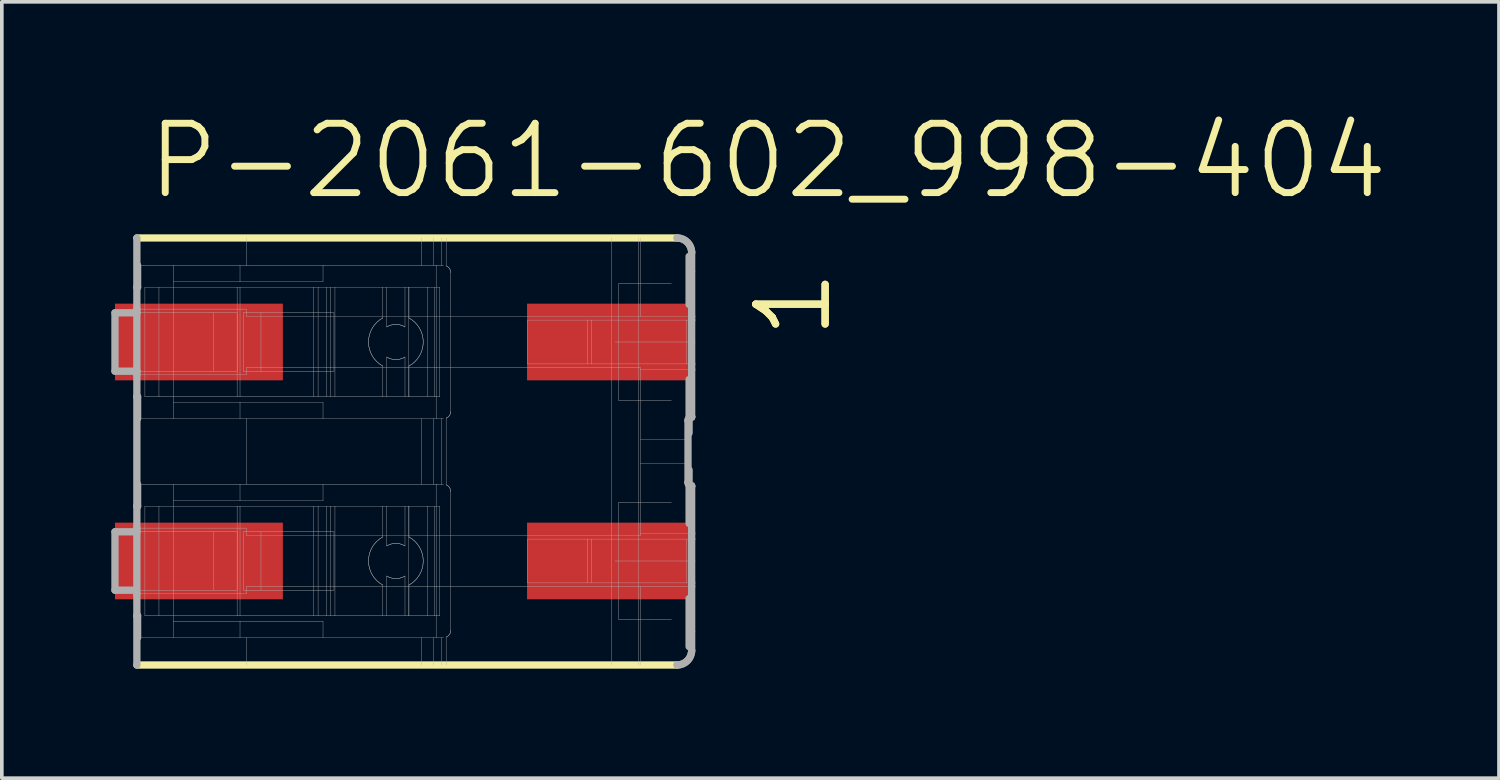
<source format=kicad_pcb>
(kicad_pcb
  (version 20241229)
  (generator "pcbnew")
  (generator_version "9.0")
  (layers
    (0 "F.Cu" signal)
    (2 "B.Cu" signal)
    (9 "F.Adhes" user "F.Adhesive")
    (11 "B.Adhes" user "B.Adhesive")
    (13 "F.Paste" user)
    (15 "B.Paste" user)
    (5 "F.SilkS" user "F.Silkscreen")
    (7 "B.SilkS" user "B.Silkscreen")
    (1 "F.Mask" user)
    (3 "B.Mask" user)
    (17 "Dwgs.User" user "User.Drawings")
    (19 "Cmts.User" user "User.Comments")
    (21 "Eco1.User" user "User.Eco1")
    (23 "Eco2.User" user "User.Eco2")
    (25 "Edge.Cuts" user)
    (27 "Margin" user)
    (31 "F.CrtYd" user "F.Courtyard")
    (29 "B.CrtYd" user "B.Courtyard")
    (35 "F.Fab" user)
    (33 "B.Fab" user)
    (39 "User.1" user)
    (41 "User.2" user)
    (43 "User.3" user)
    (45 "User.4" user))
  (footprint "P-2061-602_998-404"
    (layer "F.Cu")
    (at 8.05 9.32)
    (property "Reference" "P-2061-602_998-404" (at -7.15 -6.85 0) (layer "F.SilkS") (effects (font (size 1.9 1.9) (thickness 0.19)) (justify left bottom)))
    (attr through_hole)
    (fp_line (start 7.445 -5.85) (end -7.35 -5.85) (stroke (width 0.2) (type solid)) (layer "F.SilkS"))
    (fp_line (start 7.445 5.85) (end -7.35 5.85) (stroke (width 0.2) (type solid)) (layer "F.SilkS"))
    (fp_line (start -7.95 -3.8) (end -7.35 -3.8) (stroke (width 0.2) (type solid)) (layer "F.Fab"))
    (fp_line (start -7.95 -2.2) (end -7.95 -3.8) (stroke (width 0.2) (type solid)) (layer "F.Fab"))
    (fp_line (start -7.95 -2.2) (end -7.35 -2.2) (stroke (width 0.2) (type solid)) (layer "F.Fab"))
    (fp_line (start -7.95 2.2) (end -7.35 2.2) (stroke (width 0.2) (type solid)) (layer "F.Fab"))
    (fp_line (start -7.95 3.8) (end -7.95 2.2) (stroke (width 0.2) (type solid)) (layer "F.Fab"))
    (fp_line (start -7.95 3.8) (end -7.4 3.8) (stroke (width 0.2) (type solid)) (layer "F.Fab"))
    (fp_line (start -7.4 3.8) (end -5.25 3.8) (stroke (width 0.01) (type solid)) (layer "F.Fab"))
    (fp_line (start -7.35 -4.5) (end -7.35 -5.85) (stroke (width 0.2) (type solid)) (layer "F.Fab"))
    (fp_line (start -7.35 -3.9) (end -7.35 -4.5) (stroke (width 0.2) (type solid)) (layer "F.Fab"))
    (fp_line (start -7.35 -3.8) (end -7.35 -3.9) (stroke (width 0.2) (type solid)) (layer "F.Fab"))
    (fp_line (start -7.35 -3.8) (end -5.25 -3.8) (stroke (width 0.01) (type solid)) (layer "F.Fab"))
    (fp_line (start -7.35 -2.2) (end -7.35 -3.8) (stroke (width 0.2) (type solid)) (layer "F.Fab"))
    (fp_line (start -7.35 -2.2) (end -5.25 -2.2) (stroke (width 0.01) (type solid)) (layer "F.Fab"))
    (fp_line (start -7.35 -2.1) (end -7.35 -2.2) (stroke (width 0.2) (type solid)) (layer "F.Fab"))
    (fp_line (start -7.35 -1.5) (end -7.35 -2.1) (stroke (width 0.2) (type solid)) (layer "F.Fab"))
    (fp_line (start -7.35 1.5) (end -7.35 -1.5) (stroke (width 0.2) (type solid)) (layer "F.Fab"))
    (fp_line (start -7.35 2.1) (end -7.35 1.5) (stroke (width 0.2) (type solid)) (layer "F.Fab"))
    (fp_line (start -7.35 2.2) (end -7.35 2.1) (stroke (width 0.2) (type solid)) (layer "F.Fab"))
    (fp_line (start -7.35 2.2) (end -5.25 2.2) (stroke (width 0.01) (type solid)) (layer "F.Fab"))
    (fp_line (start -7.35 3.9) (end -7.35 2.2) (stroke (width 0.2) (type solid)) (layer "F.Fab"))
    (fp_line (start -7.35 4.5) (end -7.35 3.9) (stroke (width 0.2) (type solid)) (layer "F.Fab"))
    (fp_line (start -7.35 5.85) (end -7.35 4.5) (stroke (width 0.2) (type solid)) (layer "F.Fab"))
    (fp_line (start -7.33 -5.1) (end -7.33 -4.5) (stroke (width 0.2) (type solid)) (layer "F.Fab"))
    (fp_line (start -7.33 -4.5) (end -7.35 -4.5) (stroke (width 0.2) (type solid)) (layer "F.Fab"))
    (fp_line (start -7.33 -1.5) (end -7.35 -1.5) (stroke (width 0.2) (type solid)) (layer "F.Fab"))
    (fp_line (start -7.33 -1.5) (end -7.33 -0.9) (stroke (width 0.2) (type solid)) (layer "F.Fab"))
    (fp_line (start -7.33 -0.9) (end -6.35 -0.9) (stroke (width 0.01) (type solid)) (layer "F.Fab"))
    (fp_line (start -7.33 0.9) (end -7.33 1.5) (stroke (width 0.2) (type solid)) (layer "F.Fab"))
    (fp_line (start -7.33 1.5) (end -7.35 1.5) (stroke (width 0.2) (type solid)) (layer "F.Fab"))
    (fp_line (start -7.33 4.5) (end -7.35 4.5) (stroke (width 0.2) (type solid)) (layer "F.Fab"))
    (fp_line (start -7.33 4.5) (end -7.33 5.1) (stroke (width 0.2) (type solid)) (layer "F.Fab"))
    (fp_line (start -7.33 5.1) (end -6.35 5.1) (stroke (width 0.01) (type solid)) (layer "F.Fab"))
    (fp_line (start -7.13 -1.5) (end -7.13 -4.5) (stroke (width 0.01) (type solid)) (layer "F.Fab"))
    (fp_line (start -7.13 4.5) (end -7.13 1.5) (stroke (width 0.01) (type solid)) (layer "F.Fab"))
    (fp_line (start -6.745 -4.5) (end -7.13 -4.5) (stroke (width 0.01) (type solid)) (layer "F.Fab"))
    (fp_line (start -6.745 -1.5) (end -7.13 -1.5) (stroke (width 0.01) (type solid)) (layer "F.Fab"))
    (fp_line (start -6.745 -1.5) (end -6.745 -4.5) (stroke (width 0.01) (type solid)) (layer "F.Fab"))
    (fp_line (start -6.745 1.5) (end -7.13 1.5) (stroke (width 0.01) (type solid)) (layer "F.Fab"))
    (fp_line (start -6.745 4.5) (end -7.13 4.5) (stroke (width 0.01) (type solid)) (layer "F.Fab"))
    (fp_line (start -6.745 4.5) (end -6.745 1.5) (stroke (width 0.01) (type solid)) (layer "F.Fab"))
    (fp_line (start -6.35 -5.1) (end -7.33 -5.1) (stroke (width 0.01) (type solid)) (layer "F.Fab"))
    (fp_line (start -6.35 -4.65) (end -6.35 -5.1) (stroke (width 0.01) (type solid)) (layer "F.Fab"))
    (fp_line (start -6.35 -1.35) (end -6.35 -4.65) (stroke (width 0.01) (type solid)) (layer "F.Fab"))
    (fp_line (start -6.35 -0.9) (end -6.35 -1.35) (stroke (width 0.01) (type solid)) (layer "F.Fab"))
    (fp_line (start -6.35 -0.9) (end -4.524 -0.9) (stroke (width 0.01) (type solid)) (layer "F.Fab"))
    (fp_line (start -6.35 0.9) (end -7.33 0.9) (stroke (width 0.01) (type solid)) (layer "F.Fab"))
    (fp_line (start -6.35 1.35) (end -6.35 0.9) (stroke (width 0.01) (type solid)) (layer "F.Fab"))
    (fp_line (start -6.35 4.65) (end -6.35 1.35) (stroke (width 0.01) (type solid)) (layer "F.Fab"))
    (fp_line (start -6.35 5.1) (end -6.35 4.65) (stroke (width 0.01) (type solid)) (layer "F.Fab"))
    (fp_line (start -6.35 5.1) (end -4.524 5.1) (stroke (width 0.01) (type solid)) (layer "F.Fab"))
    (fp_line (start -5.25 -3.8) (end -4.602 -3.8) (stroke (width 0.01) (type solid)) (layer "F.Fab"))
    (fp_line (start -5.25 -2.2) (end -5.25 -3.8) (stroke (width 0.01) (type solid)) (layer "F.Fab"))
    (fp_line (start -5.25 -2.2) (end -4.602 -2.2) (stroke (width 0.01) (type solid)) (layer "F.Fab"))
    (fp_line (start -5.25 2.2) (end -4.602 2.2) (stroke (width 0.01) (type solid)) (layer "F.Fab"))
    (fp_line (start -5.25 3.8) (end -5.25 2.2) (stroke (width 0.01) (type solid)) (layer "F.Fab"))
    (fp_line (start -5.25 3.8) (end -4.602 3.8) (stroke (width 0.01) (type solid)) (layer "F.Fab"))
    (fp_line (start -4.603 -4.5) (end -6.745 -4.5) (stroke (width 0.01) (type solid)) (layer "F.Fab"))
    (fp_line (start -4.603 -1.5) (end -6.745 -1.5) (stroke (width 0.01) (type solid)) (layer "F.Fab"))
    (fp_line (start -4.603 -1.5) (end -4.603 -4.5) (stroke (width 0.01) (type solid)) (layer "F.Fab"))
    (fp_line (start -4.603 1.5) (end -6.745 1.5) (stroke (width 0.01) (type solid)) (layer "F.Fab"))
    (fp_line (start -4.603 4.5) (end -6.745 4.5) (stroke (width 0.01) (type solid)) (layer "F.Fab"))
    (fp_line (start -4.603 4.5) (end -4.603 1.5) (stroke (width 0.01) (type solid)) (layer "F.Fab"))
    (fp_line (start -4.602 -3.8) (end -4.602 -2.2) (stroke (width 0.01) (type solid)) (layer "F.Fab"))
    (fp_line (start -4.602 2.2) (end -4.602 3.8) (stroke (width 0.01) (type solid)) (layer "F.Fab"))
    (fp_line (start -4.524 -5.1) (end -6.35 -5.1) (stroke (width 0.01) (type solid)) (layer "F.Fab"))
    (fp_line (start -4.524 -4.65) (end -6.35 -4.65) (stroke (width 0.01) (type solid)) (layer "F.Fab"))
    (fp_line (start -4.524 -4.65) (end -4.524 -5.1) (stroke (width 0.01) (type solid)) (layer "F.Fab"))
    (fp_line (start -4.524 -4.5) (end -4.603 -4.5) (stroke (width 0.01) (type solid)) (layer "F.Fab"))
    (fp_line (start -4.524 -1.5) (end -4.603 -1.5) (stroke (width 0.01) (type solid)) (layer "F.Fab"))
    (fp_line (start -4.524 -1.5) (end -4.524 -4.5) (stroke (width 0.01) (type solid)) (layer "F.Fab"))
    (fp_line (start -4.524 -1.35) (end -6.35 -1.35) (stroke (width 0.01) (type solid)) (layer "F.Fab"))
    (fp_line (start -4.524 -1.35) (end -4.524 -0.9) (stroke (width 0.01) (type solid)) (layer "F.Fab"))
    (fp_line (start -4.524 -0.9) (end -4.35 -0.9) (stroke (width 0.01) (type solid)) (layer "F.Fab"))
    (fp_line (start -4.524 0.9) (end -6.35 0.9) (stroke (width 0.01) (type solid)) (layer "F.Fab"))
    (fp_line (start -4.524 1.35) (end -6.35 1.35) (stroke (width 0.01) (type solid)) (layer "F.Fab"))
    (fp_line (start -4.524 1.35) (end -4.524 0.9) (stroke (width 0.01) (type solid)) (layer "F.Fab"))
    (fp_line (start -4.524 1.5) (end -4.603 1.5) (stroke (width 0.01) (type solid)) (layer "F.Fab"))
    (fp_line (start -4.524 4.5) (end -4.603 4.5) (stroke (width 0.01) (type solid)) (layer "F.Fab"))
    (fp_line (start -4.524 4.5) (end -4.524 1.5) (stroke (width 0.01) (type solid)) (layer "F.Fab"))
    (fp_line (start -4.524 4.65) (end -6.35 4.65) (stroke (width 0.01) (type solid)) (layer "F.Fab"))
    (fp_line (start -4.524 4.65) (end -4.524 5.1) (stroke (width 0.01) (type solid)) (layer "F.Fab"))
    (fp_line (start -4.524 5.1) (end -4.35 5.1) (stroke (width 0.01) (type solid)) (layer "F.Fab"))
    (fp_line (start -4.432 -2.2) (end -4.432 -3.8) (stroke (width 0.01) (type solid)) (layer "F.Fab"))
    (fp_line (start -4.432 3.8) (end -4.432 2.2) (stroke (width 0.01) (type solid)) (layer "F.Fab"))
    (fp_line (start -4.35 -5.1) (end -4.524 -5.1) (stroke (width 0.01) (type solid)) (layer "F.Fab"))
    (fp_line (start -4.35 -5.1) (end -4.35 -5.85) (stroke (width 0.01) (type solid)) (layer "F.Fab"))
    (fp_line (start -4.35 -3.9) (end -7.35 -3.9) (stroke (width 0.01) (type solid)) (layer "F.Fab"))
    (fp_line (start -4.35 -3.7) (end -4.35 -3.9) (stroke (width 0.01) (type solid)) (layer "F.Fab"))
    (fp_line (start -4.35 -3.7) (end 6.45 -3.7) (stroke (width 0.01) (type solid)) (layer "F.Fab"))
    (fp_line (start -4.35 -2.3) (end 6.45 -2.3) (stroke (width 0.01) (type solid)) (layer "F.Fab"))
    (fp_line (start -4.35 -2.1) (end -7.35 -2.1) (stroke (width 0.01) (type solid)) (layer "F.Fab"))
    (fp_line (start -4.35 -2.1) (end -4.35 -2.3) (stroke (width 0.01) (type solid)) (layer "F.Fab"))
    (fp_line (start -4.35 -0.9) (end -2.25 -0.9) (stroke (width 0.01) (type solid)) (layer "F.Fab"))
    (fp_line (start -4.35 0.9) (end -4.524 0.9) (stroke (width 0.01) (type solid)) (layer "F.Fab"))
    (fp_line (start -4.35 0.9) (end -4.35 -0.9) (stroke (width 0.01) (type solid)) (layer "F.Fab"))
    (fp_line (start -4.35 2.1) (end -7.35 2.1) (stroke (width 0.01) (type solid)) (layer "F.Fab"))
    (fp_line (start -4.35 2.3) (end -4.35 2.1) (stroke (width 0.01) (type solid)) (layer "F.Fab"))
    (fp_line (start -4.35 2.3) (end 6.45 2.3) (stroke (width 0.01) (type solid)) (layer "F.Fab"))
    (fp_line (start -4.35 3.7) (end 6.45 3.7) (stroke (width 0.01) (type solid)) (layer "F.Fab"))
    (fp_line (start -4.35 3.9) (end -7.35 3.9) (stroke (width 0.01) (type solid)) (layer "F.Fab"))
    (fp_line (start -4.35 3.9) (end -4.35 3.7) (stroke (width 0.01) (type solid)) (layer "F.Fab"))
    (fp_line (start -4.35 5.1) (end -2.25 5.1) (stroke (width 0.01) (type solid)) (layer "F.Fab"))
    (fp_line (start -4.35 5.85) (end -4.35 5.1) (stroke (width 0.01) (type solid)) (layer "F.Fab"))
    (fp_line (start -3.95 -3.8) (end -4.432 -3.8) (stroke (width 0.01) (type solid)) (layer "F.Fab"))
    (fp_line (start -3.95 -2.2) (end -4.432 -2.2) (stroke (width 0.01) (type solid)) (layer "F.Fab"))
    (fp_line (start -3.95 -2.2) (end -3.95 -3.8) (stroke (width 0.01) (type solid)) (layer "F.Fab"))
    (fp_line (start -3.95 2.2) (end -4.432 2.2) (stroke (width 0.01) (type solid)) (layer "F.Fab"))
    (fp_line (start -3.95 3.8) (end -4.432 3.8) (stroke (width 0.01) (type solid)) (layer "F.Fab"))
    (fp_line (start -3.95 3.8) (end -3.95 2.2) (stroke (width 0.01) (type solid)) (layer "F.Fab"))
    (fp_line (start -2.507 -4.5) (end -4.524 -4.5) (stroke (width 0.01) (type solid)) (layer "F.Fab"))
    (fp_line (start -2.507 -1.5) (end -4.524 -1.5) (stroke (width 0.01) (type solid)) (layer "F.Fab"))
    (fp_line (start -2.507 -1.5) (end -2.507 -4.5) (stroke (width 0.01) (type solid)) (layer "F.Fab"))
    (fp_line (start -2.507 1.5) (end -4.524 1.5) (stroke (width 0.01) (type solid)) (layer "F.Fab"))
    (fp_line (start -2.507 4.5) (end -4.524 4.5) (stroke (width 0.01) (type solid)) (layer "F.Fab"))
    (fp_line (start -2.507 4.5) (end -2.507 1.5) (stroke (width 0.01) (type solid)) (layer "F.Fab"))
    (fp_line (start -2.385 -4.5) (end -2.507 -4.5) (stroke (width 0.01) (type solid)) (layer "F.Fab"))
    (fp_line (start -2.385 -1.5) (end -2.507 -1.5) (stroke (width 0.01) (type solid)) (layer "F.Fab"))
    (fp_line (start -2.385 -1.5) (end -2.385 -4.5) (stroke (width 0.01) (type solid)) (layer "F.Fab"))
    (fp_line (start -2.385 1.5) (end -2.507 1.5) (stroke (width 0.01) (type solid)) (layer "F.Fab"))
    (fp_line (start -2.385 4.5) (end -2.507 4.5) (stroke (width 0.01) (type solid)) (layer "F.Fab"))
    (fp_line (start -2.385 4.5) (end -2.385 1.5) (stroke (width 0.01) (type solid)) (layer "F.Fab"))
    (fp_line (start -2.25 -5.1) (end -4.35 -5.1) (stroke (width 0.01) (type solid)) (layer "F.Fab"))
    (fp_line (start -2.25 -4.65) (end -4.524 -4.65) (stroke (width 0.01) (type solid)) (layer "F.Fab"))
    (fp_line (start -2.25 -4.65) (end -2.25 -5.1) (stroke (width 0.01) (type solid)) (layer "F.Fab"))
    (fp_line (start -2.25 -1.35) (end -4.524 -1.35) (stroke (width 0.01) (type solid)) (layer "F.Fab"))
    (fp_line (start -2.25 -1.35) (end -2.25 -0.9) (stroke (width 0.01) (type solid)) (layer "F.Fab"))
    (fp_line (start -2.25 -0.9) (end 0.457 -0.9) (stroke (width 0.01) (type solid)) (layer "F.Fab"))
    (fp_line (start -2.25 0.9) (end -4.35 0.9) (stroke (width 0.01) (type solid)) (layer "F.Fab"))
    (fp_line (start -2.25 1.35) (end -4.524 1.35) (stroke (width 0.01) (type solid)) (layer "F.Fab"))
    (fp_line (start -2.25 1.35) (end -2.25 0.9) (stroke (width 0.01) (type solid)) (layer "F.Fab"))
    (fp_line (start -2.25 4.65) (end -4.524 4.65) (stroke (width 0.01) (type solid)) (layer "F.Fab"))
    (fp_line (start -2.25 4.65) (end -2.25 5.1) (stroke (width 0.01) (type solid)) (layer "F.Fab"))
    (fp_line (start -2.25 5.1) (end 0.457 5.1) (stroke (width 0.01) (type solid)) (layer "F.Fab"))
    (fp_line (start -2.154 -4.5) (end -2.385 -4.5) (stroke (width 0.01) (type solid)) (layer "F.Fab"))
    (fp_line (start -2.154 -1.5) (end -2.385 -1.5) (stroke (width 0.01) (type solid)) (layer "F.Fab"))
    (fp_line (start -2.154 -1.5) (end -2.154 -4.5) (stroke (width 0.01) (type solid)) (layer "F.Fab"))
    (fp_line (start -2.154 1.5) (end -2.385 1.5) (stroke (width 0.01) (type solid)) (layer "F.Fab"))
    (fp_line (start -2.154 4.5) (end -2.385 4.5) (stroke (width 0.01) (type solid)) (layer "F.Fab"))
    (fp_line (start -2.154 4.5) (end -2.154 1.5) (stroke (width 0.01) (type solid)) (layer "F.Fab"))
    (fp_line (start -2.038 -4.5) (end -2.154 -4.5) (stroke (width 0.01) (type solid)) (layer "F.Fab"))
    (fp_line (start -2.038 -1.5) (end -2.154 -1.5) (stroke (width 0.01) (type solid)) (layer "F.Fab"))
    (fp_line (start -2.038 -1.5) (end -2.038 -4.5) (stroke (width 0.01) (type solid)) (layer "F.Fab"))
    (fp_line (start -2.038 1.5) (end -2.154 1.5) (stroke (width 0.01) (type solid)) (layer "F.Fab"))
    (fp_line (start -2.038 4.5) (end -2.154 4.5) (stroke (width 0.01) (type solid)) (layer "F.Fab"))
    (fp_line (start -2.038 4.5) (end -2.038 1.5) (stroke (width 0.01) (type solid)) (layer "F.Fab"))
    (fp_line (start -1.95 -3.8) (end -3.95 -3.8) (stroke (width 0.01) (type solid)) (layer "F.Fab"))
    (fp_line (start -1.95 -2.2) (end -3.95 -2.2) (stroke (width 0.01) (type solid)) (layer "F.Fab"))
    (fp_line (start -1.95 -2.2) (end -1.95 -3.8) (stroke (width 0.01) (type solid)) (layer "F.Fab"))
    (fp_line (start -1.95 2.2) (end -3.95 2.2) (stroke (width 0.01) (type solid)) (layer "F.Fab"))
    (fp_line (start -1.95 3.8) (end -3.95 3.8) (stroke (width 0.01) (type solid)) (layer "F.Fab"))
    (fp_line (start -1.95 3.8) (end -1.95 2.2) (stroke (width 0.01) (type solid)) (layer "F.Fab"))
    (fp_line (start -1.923 -4.5) (end -2.038 -4.5) (stroke (width 0.01) (type solid)) (layer "F.Fab"))
    (fp_line (start -1.923 -1.5) (end -2.038 -1.5) (stroke (width 0.01) (type solid)) (layer "F.Fab"))
    (fp_line (start -1.923 -1.5) (end -1.923 -4.5) (stroke (width 0.01) (type solid)) (layer "F.Fab"))
    (fp_line (start -1.923 1.5) (end -2.038 1.5) (stroke (width 0.01) (type solid)) (layer "F.Fab"))
    (fp_line (start -1.923 4.5) (end -2.038 4.5) (stroke (width 0.01) (type solid)) (layer "F.Fab"))
    (fp_line (start -1.923 4.5) (end -1.923 1.5) (stroke (width 0.01) (type solid)) (layer "F.Fab"))
    (fp_line (start -0.613 -4.5) (end -1.923 -4.5) (stroke (width 0.01) (type solid)) (layer "F.Fab"))
    (fp_line (start -0.613 -3.658) (end -0.613 -4.5) (stroke (width 0.01) (type solid)) (layer "F.Fab"))
    (fp_line (start -0.613 -1.5) (end -1.923 -1.5) (stroke (width 0.01) (type solid)) (layer "F.Fab"))
    (fp_line (start -0.613 -1.5) (end -0.613 -2.342) (stroke (width 0.01) (type solid)) (layer "F.Fab"))
    (fp_line (start -0.613 1.5) (end -1.923 1.5) (stroke (width 0.01) (type solid)) (layer "F.Fab"))
    (fp_line (start -0.613 2.342) (end -0.613 1.5) (stroke (width 0.01) (type solid)) (layer "F.Fab"))
    (fp_line (start -0.613 4.5) (end -1.923 4.5) (stroke (width 0.01) (type solid)) (layer "F.Fab"))
    (fp_line (start -0.613 4.5) (end -0.613 3.658) (stroke (width 0.01) (type solid)) (layer "F.Fab"))
    (fp_line (start -0.504 -4.5) (end -0.613 -4.5) (stroke (width 0.01) (type solid)) (layer "F.Fab"))
    (fp_line (start -0.504 -3.412) (end -0.504 -4.5) (stroke (width 0.01) (type solid)) (layer "F.Fab"))
    (fp_line (start -0.504 -1.5) (end -0.613 -1.5) (stroke (width 0.01) (type solid)) (layer "F.Fab"))
    (fp_line (start -0.504 -1.5) (end -0.504 -2.588) (stroke (width 0.01) (type solid)) (layer "F.Fab"))
    (fp_line (start -0.504 1.5) (end -0.613 1.5) (stroke (width 0.01) (type solid)) (layer "F.Fab"))
    (fp_line (start -0.504 2.588) (end -0.504 1.5) (stroke (width 0.01) (type solid)) (layer "F.Fab"))
    (fp_line (start -0.504 4.5) (end -0.613 4.5) (stroke (width 0.01) (type solid)) (layer "F.Fab"))
    (fp_line (start -0.504 4.5) (end -0.504 3.412) (stroke (width 0.01) (type solid)) (layer "F.Fab"))
    (fp_line (start -0.004 -4.5) (end -0.504 -4.5) (stroke (width 0.01) (type solid)) (layer "F.Fab"))
    (fp_line (start -0.004 -3.412) (end -0.004 -4.5) (stroke (width 0.01) (type solid)) (layer "F.Fab"))
    (fp_line (start -0.004 -1.5) (end -0.504 -1.5) (stroke (width 0.01) (type solid)) (layer "F.Fab"))
    (fp_line (start -0.004 -1.5) (end -0.004 -2.588) (stroke (width 0.01) (type solid)) (layer "F.Fab"))
    (fp_line (start -0.004 1.5) (end -0.504 1.5) (stroke (width 0.01) (type solid)) (layer "F.Fab"))
    (fp_line (start -0.004 2.588) (end -0.004 1.5) (stroke (width 0.01) (type solid)) (layer "F.Fab"))
    (fp_line (start -0.004 4.5) (end -0.504 4.5) (stroke (width 0.01) (type solid)) (layer "F.Fab"))
    (fp_line (start -0.004 4.5) (end -0.004 3.412) (stroke (width 0.01) (type solid)) (layer "F.Fab"))
    (fp_line (start 0.101 -4.5) (end -0.004 -4.5) (stroke (width 0.01) (type solid)) (layer "F.Fab"))
    (fp_line (start 0.101 -1.5) (end -0.004 -1.5) (stroke (width 0.01) (type solid)) (layer "F.Fab"))
    (fp_line (start 0.101 -1.5) (end 0.101 -4.5) (stroke (width 0.01) (type solid)) (layer "F.Fab"))
    (fp_line (start 0.101 1.5) (end -0.004 1.5) (stroke (width 0.01) (type solid)) (layer "F.Fab"))
    (fp_line (start 0.101 4.5) (end -0.004 4.5) (stroke (width 0.01) (type solid)) (layer "F.Fab"))
    (fp_line (start 0.101 4.5) (end 0.101 1.5) (stroke (width 0.01) (type solid)) (layer "F.Fab"))
    (fp_line (start 0.105 -4.5) (end 0.101 -4.5) (stroke (width 0.01) (type solid)) (layer "F.Fab"))
    (fp_line (start 0.105 -3.658) (end 0.105 -4.5) (stroke (width 0.01) (type solid)) (layer "F.Fab"))
    (fp_line (start 0.105 -1.5) (end 0.101 -1.5) (stroke (width 0.01) (type solid)) (layer "F.Fab"))
    (fp_line (start 0.105 -1.5) (end 0.105 -2.342) (stroke (width 0.01) (type solid)) (layer "F.Fab"))
    (fp_line (start 0.105 1.5) (end 0.101 1.5) (stroke (width 0.01) (type solid)) (layer "F.Fab"))
    (fp_line (start 0.105 2.342) (end 0.105 1.5) (stroke (width 0.01) (type solid)) (layer "F.Fab"))
    (fp_line (start 0.105 4.5) (end 0.101 4.5) (stroke (width 0.01) (type solid)) (layer "F.Fab"))
    (fp_line (start 0.105 4.5) (end 0.105 3.658) (stroke (width 0.01) (type solid)) (layer "F.Fab"))
    (fp_line (start 0.457 -5.1) (end -2.25 -5.1) (stroke (width 0.01) (type solid)) (layer "F.Fab"))
    (fp_line (start 0.457 -5.1) (end 0.457 -5.85) (stroke (width 0.01) (type solid)) (layer "F.Fab"))
    (fp_line (start 0.457 -0.9) (end 0.782 -0.9) (stroke (width 0.01) (type solid)) (layer "F.Fab"))
    (fp_line (start 0.457 0.9) (end -2.25 0.9) (stroke (width 0.01) (type solid)) (layer "F.Fab"))
    (fp_line (start 0.457 0.9) (end 0.457 -0.9) (stroke (width 0.01) (type solid)) (layer "F.Fab"))
    (fp_line (start 0.457 5.1) (end 0.782 5.1) (stroke (width 0.01) (type solid)) (layer "F.Fab"))
    (fp_line (start 0.457 5.85) (end 0.457 5.1) (stroke (width 0.01) (type solid)) (layer "F.Fab"))
    (fp_line (start 0.605 -4.5) (end 0.105 -4.5) (stroke (width 0.01) (type solid)) (layer "F.Fab"))
    (fp_line (start 0.605 -1.5) (end 0.105 -1.5) (stroke (width 0.01) (type solid)) (layer "F.Fab"))
    (fp_line (start 0.605 -1.5) (end 0.605 -4.5) (stroke (width 0.01) (type solid)) (layer "F.Fab"))
    (fp_line (start 0.605 1.5) (end 0.105 1.5) (stroke (width 0.01) (type solid)) (layer "F.Fab"))
    (fp_line (start 0.605 4.5) (end 0.105 4.5) (stroke (width 0.01) (type solid)) (layer "F.Fab"))
    (fp_line (start 0.605 4.5) (end 0.605 1.5) (stroke (width 0.01) (type solid)) (layer "F.Fab"))
    (fp_line (start 0.782 -5.1) (end 0.457 -5.1) (stroke (width 0.01) (type solid)) (layer "F.Fab"))
    (fp_line (start 0.782 -5.1) (end 0.782 -5.85) (stroke (width 0.01) (type solid)) (layer "F.Fab"))
    (fp_line (start 0.782 -0.9) (end 0.85 -0.9) (stroke (width 0.01) (type solid)) (layer "F.Fab"))
    (fp_line (start 0.782 0.9) (end 0.457 0.9) (stroke (width 0.01) (type solid)) (layer "F.Fab"))
    (fp_line (start 0.782 0.9) (end 0.782 -0.9) (stroke (width 0.01) (type solid)) (layer "F.Fab"))
    (fp_line (start 0.782 5.1) (end 0.85 5.1) (stroke (width 0.01) (type solid)) (layer "F.Fab"))
    (fp_line (start 0.782 5.85) (end 0.782 5.1) (stroke (width 0.01) (type solid)) (layer "F.Fab"))
    (fp_line (start 0.802 -4.5) (end 0.605 -4.5) (stroke (width 0.01) (type solid)) (layer "F.Fab"))
    (fp_line (start 0.802 -1.5) (end 0.605 -1.5) (stroke (width 0.01) (type solid)) (layer "F.Fab"))
    (fp_line (start 0.802 -1.5) (end 0.802 -4.5) (stroke (width 0.01) (type solid)) (layer "F.Fab"))
    (fp_line (start 0.802 1.5) (end 0.605 1.5) (stroke (width 0.01) (type solid)) (layer "F.Fab"))
    (fp_line (start 0.802 4.5) (end 0.605 4.5) (stroke (width 0.01) (type solid)) (layer "F.Fab"))
    (fp_line (start 0.802 4.5) (end 0.802 1.5) (stroke (width 0.01) (type solid)) (layer "F.Fab"))
    (fp_line (start 0.85 -5.1) (end 0.782 -5.1) (stroke (width 0.01) (type solid)) (layer "F.Fab"))
    (fp_line (start 0.85 -0.9) (end 0.85 -5.1) (stroke (width 0.01) (type solid)) (layer "F.Fab"))
    (fp_line (start 0.85 -0.9) (end 0.994 -0.9) (stroke (width 0.01) (type solid)) (layer "F.Fab"))
    (fp_line (start 0.85 0.9) (end 0.782 0.9) (stroke (width 0.01) (type solid)) (layer "F.Fab"))
    (fp_line (start 0.85 5.1) (end 0.85 0.9) (stroke (width 0.01) (type solid)) (layer "F.Fab"))
    (fp_line (start 0.85 5.1) (end 0.994 5.1) (stroke (width 0.01) (type solid)) (layer "F.Fab"))
    (fp_line (start 0.95 -4.5) (end 0.802 -4.5) (stroke (width 0.01) (type solid)) (layer "F.Fab"))
    (fp_line (start 0.95 -1.5) (end 0.802 -1.5) (stroke (width 0.01) (type solid)) (layer "F.Fab"))
    (fp_line (start 0.95 -1.5) (end 0.95 -4.5) (stroke (width 0.01) (type solid)) (layer "F.Fab"))
    (fp_line (start 0.95 1.5) (end 0.802 1.5) (stroke (width 0.01) (type solid)) (layer "F.Fab"))
    (fp_line (start 0.95 4.5) (end 0.802 4.5) (stroke (width 0.01) (type solid)) (layer "F.Fab"))
    (fp_line (start 0.95 4.5) (end 0.95 1.5) (stroke (width 0.01) (type solid)) (layer "F.Fab"))
    (fp_line (start 0.994 -5.1) (end 0.85 -5.1) (stroke (width 0.01) (type solid)) (layer "F.Fab"))
    (fp_line (start 0.994 -5.1) (end 0.994 -5.85) (stroke (width 0.01) (type solid)) (layer "F.Fab"))
    (fp_line (start 0.994 -0.9) (end 1.05 -0.9) (stroke (width 0.01) (type solid)) (layer "F.Fab"))
    (fp_line (start 0.994 0.9) (end 0.85 0.9) (stroke (width 0.01) (type solid)) (layer "F.Fab"))
    (fp_line (start 0.994 0.9) (end 0.994 -0.9) (stroke (width 0.01) (type solid)) (layer "F.Fab"))
    (fp_line (start 0.994 5.1) (end 1.05 5.1) (stroke (width 0.01) (type solid)) (layer "F.Fab"))
    (fp_line (start 0.994 5.85) (end 0.994 5.1) (stroke (width 0.01) (type solid)) (layer "F.Fab"))
    (fp_line (start 1.05 -5.1) (end 0.994 -5.1) (stroke (width 0.01) (type solid)) (layer "F.Fab"))
    (fp_line (start 1.05 0.9) (end 0.994 0.9) (stroke (width 0.01) (type solid)) (layer "F.Fab"))
    (fp_line (start 1.124 -5.086) (end 1.124 -5.85) (stroke (width 0.01) (type solid)) (layer "F.Fab"))
    (fp_line (start 1.124 0.914) (end 1.124 -0.914) (stroke (width 0.01) (type solid)) (layer "F.Fab"))
    (fp_line (start 1.124 5.85) (end 1.124 5.086) (stroke (width 0.01) (type solid)) (layer "F.Fab"))
    (fp_line (start 1.25 -1.1) (end 1.25 -4.9) (stroke (width 0.01) (type solid)) (layer "F.Fab"))
    (fp_line (start 1.25 4.9) (end 1.25 1.1) (stroke (width 0.01) (type solid)) (layer "F.Fab"))
    (fp_line (start 3.35 -3.6) (end 4.999 -3.6) (stroke (width 0.01) (type solid)) (layer "F.Fab"))
    (fp_line (start 3.35 -2.4) (end 3.35 -3.6) (stroke (width 0.01) (type solid)) (layer "F.Fab"))
    (fp_line (start 3.35 2.4) (end 4.999 2.4) (stroke (width 0.01) (type solid)) (layer "F.Fab"))
    (fp_line (start 3.35 3.6) (end 3.35 2.4) (stroke (width 0.01) (type solid)) (layer "F.Fab"))
    (fp_line (start 4.999 -3.6) (end 5.104 -3.6) (stroke (width 0.01) (type solid)) (layer "F.Fab"))
    (fp_line (start 4.999 -2.4) (end 3.35 -2.4) (stroke (width 0.01) (type solid)) (layer "F.Fab"))
    (fp_line (start 4.999 -2.4) (end 4.999 -3.6) (stroke (width 0.01) (type solid)) (layer "F.Fab"))
    (fp_line (start 4.999 2.4) (end 5.104 2.4) (stroke (width 0.01) (type solid)) (layer "F.Fab"))
    (fp_line (start 4.999 3.6) (end 3.35 3.6) (stroke (width 0.01) (type solid)) (layer "F.Fab"))
    (fp_line (start 4.999 3.6) (end 4.999 2.4) (stroke (width 0.01) (type solid)) (layer "F.Fab"))
    (fp_line (start 5.104 -3.6) (end 7.7 -3.6) (stroke (width 0.01) (type solid)) (layer "F.Fab"))
    (fp_line (start 5.104 -2.4) (end 4.999 -2.4) (stroke (width 0.01) (type solid)) (layer "F.Fab"))
    (fp_line (start 5.104 -2.4) (end 5.104 -3.6) (stroke (width 0.01) (type solid)) (layer "F.Fab"))
    (fp_line (start 5.104 2.4) (end 7.7 2.4) (stroke (width 0.01) (type solid)) (layer "F.Fab"))
    (fp_line (start 5.104 3.6) (end 4.999 3.6) (stroke (width 0.01) (type solid)) (layer "F.Fab"))
    (fp_line (start 5.104 3.6) (end 5.104 2.4) (stroke (width 0.01) (type solid)) (layer "F.Fab"))
    (fp_line (start 5.65 5.85) (end 5.65 -5.85) (stroke (width 0.01) (type solid)) (layer "F.Fab"))
    (fp_line (start 5.85 -4.6) (end 5.85 -1.4) (stroke (width 0.01) (type solid)) (layer "F.Fab"))
    (fp_line (start 5.85 -1.4) (end 7.298 -1.4) (stroke (width 0.01) (type solid)) (layer "F.Fab"))
    (fp_line (start 5.85 1.4) (end 5.85 4.6) (stroke (width 0.01) (type solid)) (layer "F.Fab"))
    (fp_line (start 5.85 4.6) (end 7.298 4.6) (stroke (width 0.01) (type solid)) (layer "F.Fab"))
    (fp_line (start 6.394 5.85) (end 6.394 -5.85) (stroke (width 0.01) (type solid)) (layer "F.Fab"))
    (fp_line (start 6.45 -3.7) (end 6.45 -5.85) (stroke (width 0.01) (type solid)) (layer "F.Fab"))
    (fp_line (start 6.45 -3.7) (end 7.85 -3.7) (stroke (width 0.01) (type solid)) (layer "F.Fab"))
    (fp_line (start 6.45 -2.243) (end 6.45 -2.3) (stroke (width 0.01) (type solid)) (layer "F.Fab"))
    (fp_line (start 6.45 -2.243) (end 7.85 -2.243) (stroke (width 0.01) (type solid)) (layer "F.Fab"))
    (fp_line (start 6.45 -0.325) (end 6.45 -2.243) (stroke (width 0.01) (type solid)) (layer "F.Fab"))
    (fp_line (start 6.45 -0.325) (end 7.693 -0.325) (stroke (width 0.01) (type solid)) (layer "F.Fab"))
    (fp_line (start 6.45 0.325) (end 6.45 -0.325) (stroke (width 0.01) (type solid)) (layer "F.Fab"))
    (fp_line (start 6.45 0.325) (end 7.693 0.325) (stroke (width 0.01) (type solid)) (layer "F.Fab"))
    (fp_line (start 6.45 2.243) (end 6.45 0.325) (stroke (width 0.01) (type solid)) (layer "F.Fab"))
    (fp_line (start 6.45 2.3) (end 6.45 2.243) (stroke (width 0.01) (type solid)) (layer "F.Fab"))
    (fp_line (start 6.45 3.7) (end 7.85 3.7) (stroke (width 0.01) (type solid)) (layer "F.Fab"))
    (fp_line (start 6.45 5.85) (end 6.45 3.7) (stroke (width 0.01) (type solid)) (layer "F.Fab"))
    (fp_line (start 7.298 -4.6) (end 5.85 -4.6) (stroke (width 0.01) (type solid)) (layer "F.Fab"))
    (fp_line (start 7.298 1.4) (end 5.85 1.4) (stroke (width 0.01) (type solid)) (layer "F.Fab"))
    (fp_line (start 7.7 -3.6) (end 7.85 -3.6) (stroke (width 0.01) (type solid)) (layer "F.Fab"))
    (fp_line (start 7.7 -2.4) (end 5.104 -2.4) (stroke (width 0.01) (type solid)) (layer "F.Fab"))
    (fp_line (start 7.7 -2.4) (end 7.7 -3.6) (stroke (width 0.01) (type solid)) (layer "F.Fab"))
    (fp_line (start 7.7 2.4) (end 7.85 2.4) (stroke (width 0.01) (type solid)) (layer "F.Fab"))
    (fp_line (start 7.7 3.6) (end 5.104 3.6) (stroke (width 0.01) (type solid)) (layer "F.Fab"))
    (fp_line (start 7.7 3.6) (end 7.7 2.4) (stroke (width 0.01) (type solid)) (layer "F.Fab"))
    (fp_line (start 7.75 0.85) (end 7.75 -0.85) (stroke (width 0.2) (type solid)) (layer "F.Fab"))
    (fp_line (start 7.78 -4.029) (end 7.78 -5.346) (stroke (width 0.2) (type solid)) (layer "F.Fab"))
    (fp_line (start 7.78 -0.506) (end 7.78 -1.971) (stroke (width 0.2) (type solid)) (layer "F.Fab"))
    (fp_line (start 7.78 1.971) (end 7.78 0.506) (stroke (width 0.2) (type solid)) (layer "F.Fab"))
    (fp_line (start 7.78 5.346) (end 7.78 4.029) (stroke (width 0.2) (type solid)) (layer "F.Fab"))
    (fp_line (start 7.85 -5.45) (end 7.85 -4.95) (stroke (width 0.2) (type solid)) (layer "F.Fab"))
    (fp_line (start 7.85 -3.7) (end 7.85 -4.921) (stroke (width 0.2) (type solid)) (layer "F.Fab"))
    (fp_line (start 7.85 -3.6) (end 7.85 -3.7) (stroke (width 0.2) (type solid)) (layer "F.Fab"))
    (fp_line (start 7.85 -2.4) (end 7.7 -2.4) (stroke (width 0.01) (type solid)) (layer "F.Fab"))
    (fp_line (start 7.85 -2.4) (end 7.85 -3.6) (stroke (width 0.2) (type solid)) (layer "F.Fab"))
    (fp_line (start 7.85 -2.243) (end 7.85 -2.4) (stroke (width 0.2) (type solid)) (layer "F.Fab"))
    (fp_line (start 7.85 -0.95) (end 7.85 -2.243) (stroke (width 0.2) (type solid)) (layer "F.Fab"))
    (fp_line (start 7.85 -0.933) (end 7.85 -0.95) (stroke (width 0.2) (type solid)) (layer "F.Fab"))
    (fp_line (start 7.85 0.95) (end 7.85 0.933) (stroke (width 0.2) (type solid)) (layer "F.Fab"))
    (fp_line (start 7.85 2.243) (end 6.45 2.243) (stroke (width 0.01) (type solid)) (layer "F.Fab"))
    (fp_line (start 7.85 2.243) (end 7.85 0.95) (stroke (width 0.2) (type solid)) (layer "F.Fab"))
    (fp_line (start 7.85 2.4) (end 7.85 2.243) (stroke (width 0.2) (type solid)) (layer "F.Fab"))
    (fp_line (start 7.85 3.6) (end 7.7 3.6) (stroke (width 0.01) (type solid)) (layer "F.Fab"))
    (fp_line (start 7.85 3.6) (end 7.85 2.4) (stroke (width 0.2) (type solid)) (layer "F.Fab"))
    (fp_line (start 7.85 3.7) (end 7.85 3.6) (stroke (width 0.2) (type solid)) (layer "F.Fab"))
    (fp_line (start 7.85 4.921) (end 7.85 3.7) (stroke (width 0.2) (type solid)) (layer "F.Fab"))
    (fp_line (start 7.85 5.45) (end 7.85 4.95) (stroke (width 0.2) (type solid)) (layer "F.Fab"))
    (fp_line (start 7.95 -3) (end 5.75 -3) (stroke (width 0.01) (type solid)) (layer "F.Fab"))
    (fp_line (start 7.95 3) (end 5.75 3) (stroke (width 0.01) (type solid)) (layer "F.Fab"))
    (fp_arc (start -0.613399 -2.3416) (mid -1.004208 -3) (end -0.6134 -3.6584) (stroke (width 0.01) (type solid)) (layer "F.Fab"))
    (fp_arc (start -0.613399 -2.3416) (mid -1.004208 -3) (end -0.6134 -3.6584) (stroke (width 0.01) (type solid)) (layer "F.Fab"))
    (fp_arc (start -0.613399 3.6584) (mid -1.004208 3) (end -0.6134 2.3416) (stroke (width 0.01) (type solid)) (layer "F.Fab"))
    (fp_arc (start -0.613399 3.6584) (mid -1.004208 3) (end -0.6134 2.3416) (stroke (width 0.01) (type solid)) (layer "F.Fab"))
    (fp_arc (start -0.504201 -3.4123) (mid -0.2542 -3.482174) (end -0.0042 -3.4123) (stroke (width 0.01) (type solid)) (layer "F.Fab"))
    (fp_arc (start -0.504201 -3.4123) (mid -0.2542 -3.482174) (end -0.0042 -3.4123) (stroke (width 0.01) (type solid)) (layer "F.Fab"))
    (fp_arc (start -0.5042 2.5877) (mid -0.2542 2.517826) (end -0.0042 2.5877) (stroke (width 0.01) (type solid)) (layer "F.Fab"))
    (fp_arc (start -0.5042 2.5877) (mid -0.2542 2.517826) (end -0.0042 2.5877) (stroke (width 0.01) (type solid)) (layer "F.Fab"))
    (fp_arc (start -0.0042 -2.5877) (mid -0.2542 -2.517826) (end -0.5042 -2.5877) (stroke (width 0.01) (type solid)) (layer "F.Fab"))
    (fp_arc (start -0.0042 -2.5877) (mid -0.2542 -2.517826) (end -0.5042 -2.5877) (stroke (width 0.01) (type solid)) (layer "F.Fab"))
    (fp_arc (start -0.004199 3.4123) (mid -0.2542 3.482174) (end -0.5042 3.4123) (stroke (width 0.01) (type solid)) (layer "F.Fab"))
    (fp_arc (start -0.004199 3.4123) (mid -0.2542 3.482174) (end -0.5042 3.4123) (stroke (width 0.01) (type solid)) (layer "F.Fab"))
    (fp_arc (start 0.105001 -3.6584) (mid 0.49581 -3) (end 0.105 -2.3416) (stroke (width 0.01) (type solid)) (layer "F.Fab"))
    (fp_arc (start 0.105001 -3.6584) (mid 0.49581 -3) (end 0.105 -2.3416) (stroke (width 0.01) (type solid)) (layer "F.Fab"))
    (fp_arc (start 0.105001 2.3416) (mid 0.49581 3) (end 0.105 3.6584) (stroke (width 0.01) (type solid)) (layer "F.Fab"))
    (fp_arc (start 0.105001 2.3416) (mid 0.49581 3) (end 0.105 3.6584) (stroke (width 0.01) (type solid)) (layer "F.Fab"))
    (fp_arc (start 1.123999 -5.0858) (mid 1.215527 -5.012246) (end 1.25 -4.9) (stroke (width 0.01) (type solid)) (layer "F.Fab"))
    (fp_arc (start 1.123999 -5.0858) (mid 1.215527 -5.012246) (end 1.25 -4.9) (stroke (width 0.01) (type solid)) (layer "F.Fab"))
    (fp_arc (start 1.124 0.9142) (mid 1.215528 0.987754) (end 1.25 1.1) (stroke (width 0.01) (type solid)) (layer "F.Fab"))
    (fp_arc (start 1.124 0.9142) (mid 1.215528 0.987754) (end 1.25 1.1) (stroke (width 0.01) (type solid)) (layer "F.Fab"))
    (fp_arc (start 1.25 -1.1) (mid 1.215528 -0.987754) (end 1.124 -0.9142) (stroke (width 0.01) (type solid)) (layer "F.Fab"))
    (fp_arc (start 1.25 -1.1) (mid 1.215528 -0.987754) (end 1.124 -0.9142) (stroke (width 0.01) (type solid)) (layer "F.Fab"))
    (fp_arc (start 1.250001 4.899999) (mid 1.215529 5.012246) (end 1.124 5.0858) (stroke (width 0.01) (type solid)) (layer "F.Fab"))
    (fp_arc (start 1.250001 4.899999) (mid 1.215529 5.012246) (end 1.124 5.0858) (stroke (width 0.01) (type solid)) (layer "F.Fab"))
    (fp_arc (start 7.45 -5.85) (mid 7.732843 -5.732843) (end 7.85 -5.45) (stroke (width 0.2) (type solid)) (layer "F.Fab"))
    (fp_arc (start 7.45 -5.85) (mid 7.732843 -5.732843) (end 7.85 -5.45) (stroke (width 0.2) (type solid)) (layer "F.Fab"))
    (fp_arc (start 7.75 -0.85) (mid 7.779289 -0.920711) (end 7.85 -0.95) (stroke (width 0.2) (type solid)) (layer "F.Fab"))
    (fp_arc (start 7.75 -0.85) (mid 7.779289 -0.920711) (end 7.85 -0.95) (stroke (width 0.2) (type solid)) (layer "F.Fab"))
    (fp_arc (start 7.85 0.95) (mid 7.779289 0.920711) (end 7.75 0.85) (stroke (width 0.2) (type solid)) (layer "F.Fab"))
    (fp_arc (start 7.85 0.95) (mid 7.779289 0.920711) (end 7.75 0.85) (stroke (width 0.2) (type solid)) (layer "F.Fab"))
    (fp_arc (start 7.85 5.45) (mid 7.732843 5.732843) (end 7.45 5.85) (stroke (width 0.2) (type solid)) (layer "F.Fab"))
    (fp_arc (start 7.85 5.45) (mid 7.732843 5.732843) (end 7.45 5.85) (stroke (width 0.2) (type solid)) (layer "F.Fab"))
    (fp_text user "1" (at 11.75 -3 90) (layer "F.SilkS") (effects (font (size 1.9 1.9) (thickness 0.2)) (justify left bottom)))
    (fp_text user "1" (at 11.75 -3 90) (layer "F.SilkS") (effects (font (size 1.9 1.9) (thickness 0.2)) (justify left bottom)))
    (pad "1" smd rect (at -5.65 -3) (size 4.6 2.1) (layers "F.Cu" "F.Mask" "F.Paste"))
    (pad "1" smd rect (at 5.64 -3) (size 4.6 2.1) (layers "F.Cu" "F.Mask" "F.Paste"))
    (pad "2" smd rect (at -5.65 3) (size 4.6 2.1) (layers "F.Cu" "F.Mask" "F.Paste"))
    (pad "2" smd rect (at 5.64 3) (size 4.6 2.1) (layers "F.Cu" "F.Mask" "F.Paste")))
  (gr_rect
    (start -3 -3)
    (end 38.019 18.27)
    (stroke (width 0.1) (type default))
    (fill no)
    (layer "Edge.Cuts")))
</source>
